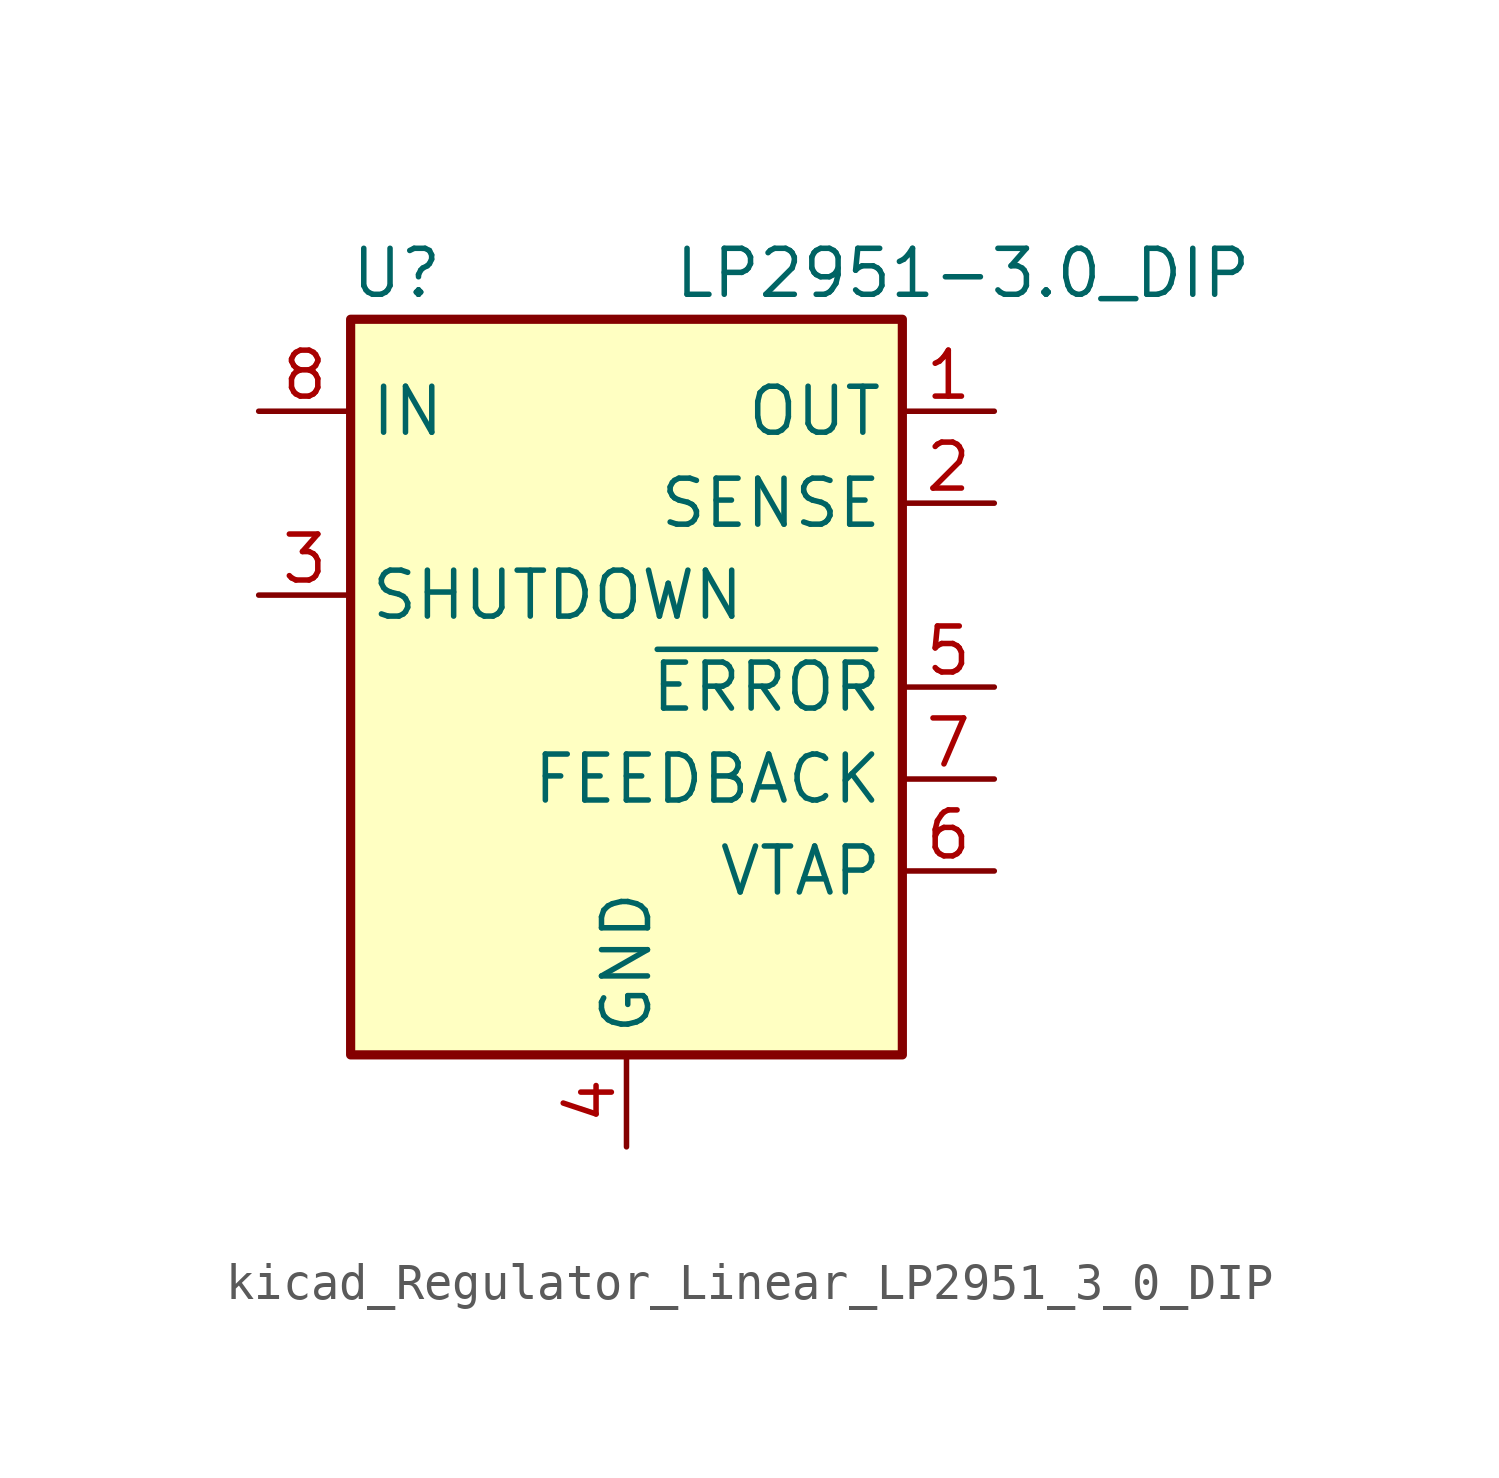
<source format=kicad_sym>
(kicad_symbol_lib
  (version 20220914)
  (generator kicad_symbol_editor)
  (symbol "kicad_Regulator_Linear_LP2951_3_0_DIP"
    (property "Reference" "U"
      (at -6.35 11.43 0)
      (effects (font (size 1.27 1.27))))
    (property "Value" "LP2951-3.0_DIP"
      (at 1.27 11.43 0)
      (effects (font (size 1.27 1.27)) (justify left)))
    (symbol "kicad_Regulator_Linear_LP2951_3_0_DIP_0_1"
      (rectangle (start -7.62 10.16) (end 7.62 -10.16) (stroke (width 0.254) (type default)) (fill (type background))))
    (symbol "kicad_Regulator_Linear_LP2951_3_0_DIP_1_1"
      (pin power_out line (at 10.16 7.62 180) (length 2.54) (name "OUT" (effects (font (size 1.27 1.27)))) (number "1" (effects (font (size 1.27 1.27)))))
      (pin passive line (at 10.16 5.08 180) (length 2.54) (name "SENSE" (effects (font (size 1.27 1.27)))) (number "2" (effects (font (size 1.27 1.27)))))
      (pin input line (at -10.16 2.54 0) (length 2.54) (name "SHUTDOWN" (effects (font (size 1.27 1.27)))) (number "3" (effects (font (size 1.27 1.27)))))
      (pin power_in line (at 0 -12.7 90) (length 2.54) (name "GND" (effects (font (size 1.27 1.27)))) (number "4" (effects (font (size 1.27 1.27)))))
      (pin open_collector line (at 10.16 0 180) (length 2.54) (name "~{ERROR}" (effects (font (size 1.27 1.27)))) (number "5" (effects (font (size 1.27 1.27)))))
      (pin input line (at 10.16 -5.08 180) (length 2.54) (name "VTAP" (effects (font (size 1.27 1.27)))) (number "6" (effects (font (size 1.27 1.27)))))
      (pin input line (at 10.16 -2.54 180) (length 2.54) (name "FEEDBACK" (effects (font (size 1.27 1.27)))) (number "7" (effects (font (size 1.27 1.27)))))
      (pin power_in line (at -10.16 7.62 0) (length 2.54) (name "IN" (effects (font (size 1.27 1.27)))) (number "8" (effects (font (size 1.27 1.27))))))))
</source>
